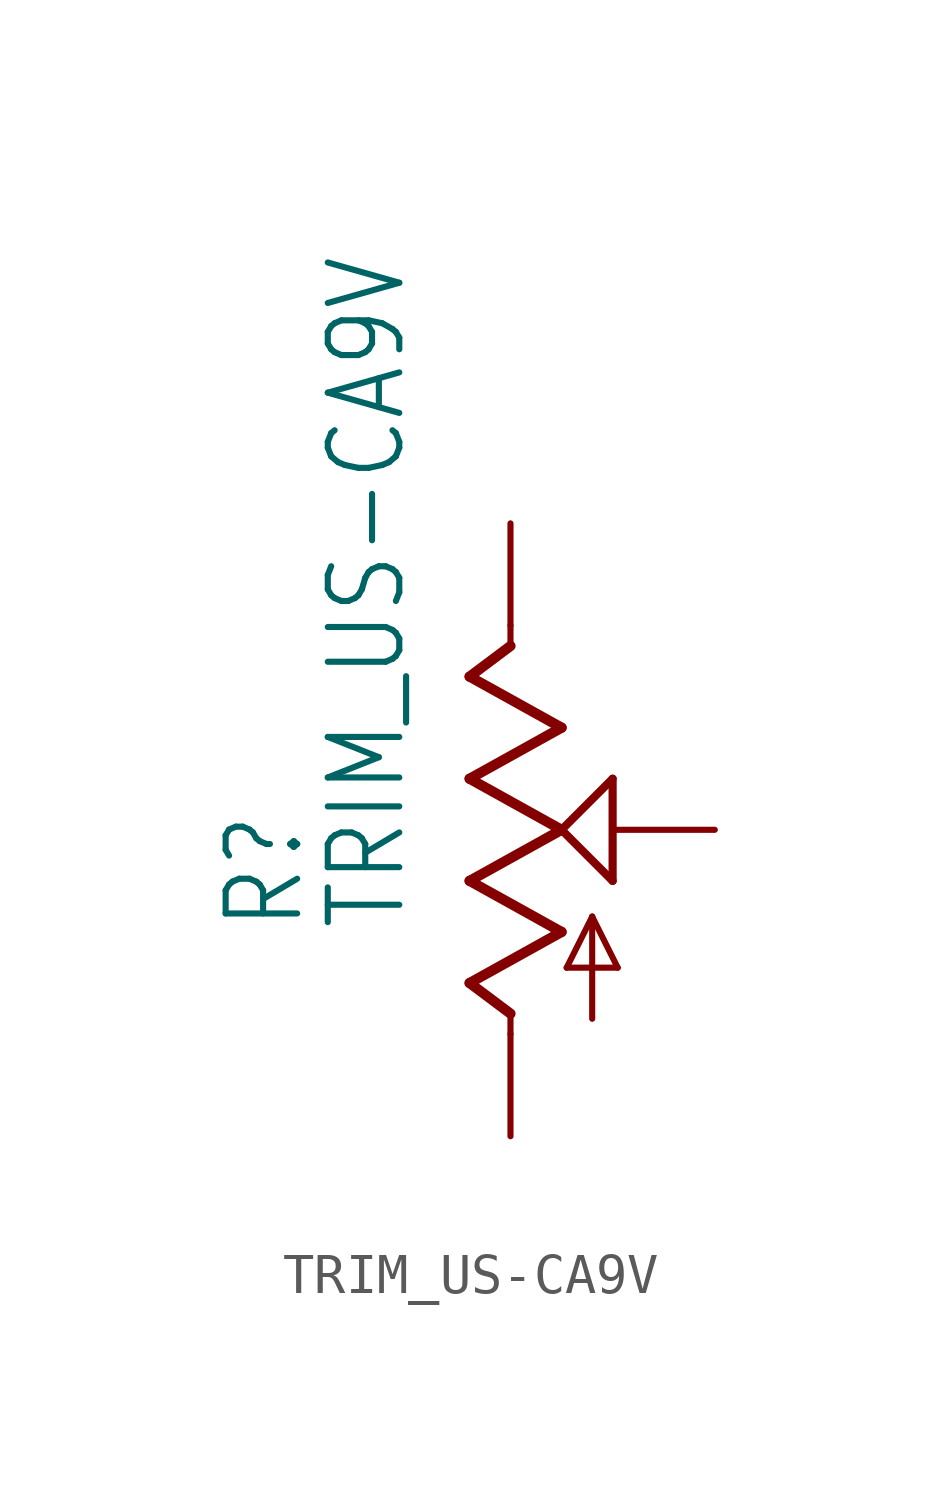
<source format=kicad_sym>
(kicad_symbol_lib
  (version 20211014)
  (generator kicad_symbol_editor)
  (symbol "TRIM_US-CA9V"
    (property "Reference" "R"
      (at -5.08 -2.54 90)
      (effects (font (size 1.778 1.511)) (justify left bottom)))
    (property "Value" "TRIM_US-CA9V"
      (at -2.54 -2.54 90)
      (effects (font (size 1.778 1.511)) (justify left bottom)))
    (property "ki_locked" ""
      (at 0 0 0)
      (effects (font (size 1.27 1.27))))
    (symbol "TRIM_US-CA9V_1_0"
      (polyline (pts (xy -1.016 -3.81) (xy 1.27 -2.54)) (stroke (width 0.254) (type default) (color 0 0 0 0)) (fill (type none)))
      (polyline (pts (xy -1.016 -1.27) (xy 1.27 0)) (stroke (width 0.254) (type default) (color 0 0 0 0)) (fill (type none)))
      (polyline (pts (xy -1.016 1.27) (xy 1.27 2.54)) (stroke (width 0.254) (type default) (color 0 0 0 0)) (fill (type none)))
      (polyline (pts (xy -1.016 3.81) (xy 0 4.572)) (stroke (width 0.254) (type default) (color 0 0 0 0)) (fill (type none)))
      (polyline (pts (xy 0 -5.08) (xy 0 -4.572)) (stroke (width 0.152) (type default) (color 0 0 0 0)) (fill (type none)))
      (polyline (pts (xy 0 -4.572) (xy -1.016 -3.81)) (stroke (width 0.254) (type default) (color 0 0 0 0)) (fill (type none)))
      (polyline (pts (xy 0 4.572) (xy 0 5.08)) (stroke (width 0.152) (type default) (color 0 0 0 0)) (fill (type none)))
      (polyline (pts (xy 1.27 -2.54) (xy -1.016 -1.27)) (stroke (width 0.254) (type default) (color 0 0 0 0)) (fill (type none)))
      (polyline (pts (xy 1.27 0) (xy -1.016 1.27)) (stroke (width 0.254) (type default) (color 0 0 0 0)) (fill (type none)))
      (polyline (pts (xy 1.27 0) (xy 2.54 1.27)) (stroke (width 0.203) (type default) (color 0 0 0 0)) (fill (type none)))
      (polyline (pts (xy 1.27 2.54) (xy -1.016 3.81)) (stroke (width 0.254) (type default) (color 0 0 0 0)) (fill (type none)))
      (polyline (pts (xy 1.397 -3.429) (xy 2.032 -2.159)) (stroke (width 0.152) (type default) (color 0 0 0 0)) (fill (type none)))
      (polyline (pts (xy 2.032 -4.699) (xy 2.032 -2.159)) (stroke (width 0.152) (type default) (color 0 0 0 0)) (fill (type none)))
      (polyline (pts (xy 2.032 -2.159) (xy 2.667 -3.429)) (stroke (width 0.152) (type default) (color 0 0 0 0)) (fill (type none)))
      (polyline (pts (xy 2.54 -1.27) (xy 1.27 0)) (stroke (width 0.203) (type default) (color 0 0 0 0)) (fill (type none)))
      (polyline (pts (xy 2.54 1.27) (xy 2.54 -1.27)) (stroke (width 0.203) (type default) (color 0 0 0 0)) (fill (type none)))
      (polyline (pts (xy 2.667 -3.429) (xy 1.397 -3.429)) (stroke (width 0.152) (type default) (color 0 0 0 0)) (fill (type none)))
      (pin passive line (at 0 -7.62 90) (length 2.54) (name "A" (effects (font (size 0 0)))) (number "A" (effects (font (size 0 0)))))
      (pin passive line (at 0 7.62 270) (length 2.54) (name "E" (effects (font (size 0 0)))) (number "E" (effects (font (size 0 0)))))
      (pin passive line (at 5.08 0 180) (length 2.54) (name "S" (effects (font (size 0 0)))) (number "S" (effects (font (size 0 0))))))))
</source>
